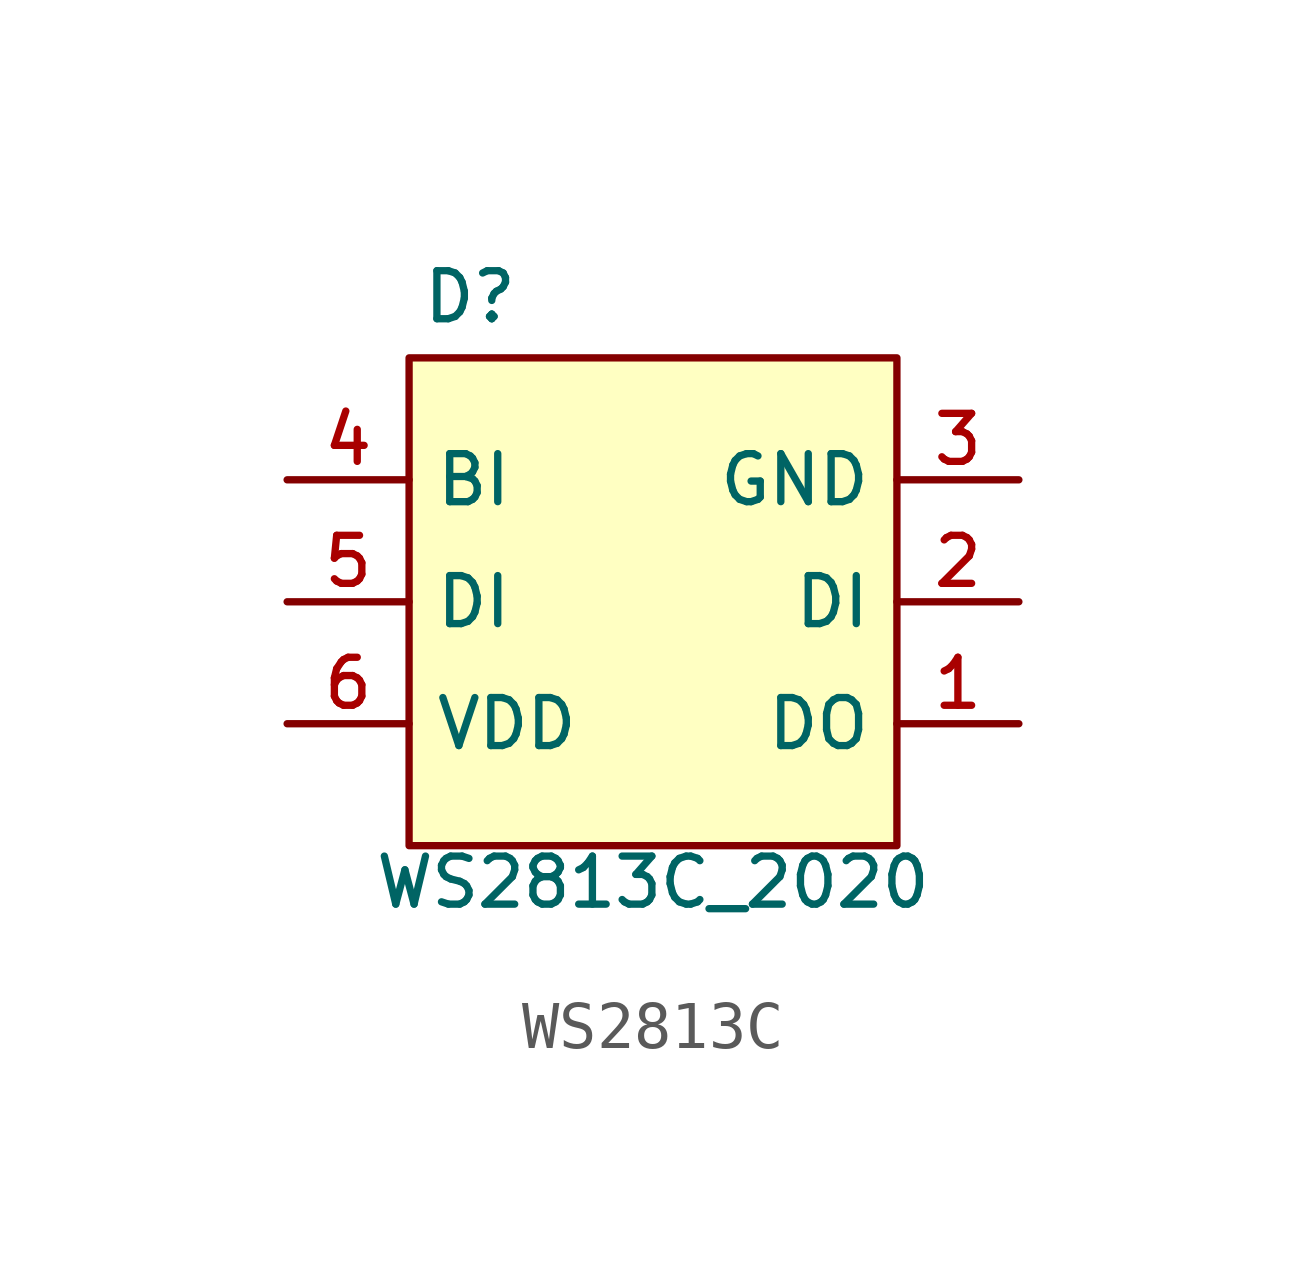
<source format=kicad_sym>
(kicad_symbol_lib
  (version 20241209)
  (generator "kicad_symbol_editor")
  (generator_version "9.0")
  (symbol "WS2813C"
    (property "Reference" "D"
      (at -3.81 6.35 0)
      (effects (font (size 1 1))))
    (property "Value" "WS2813C_2020"
      (at 0 -5.842 0)
      (effects (font (size 1 1))))
    (symbol "WS2813C_1_1"
      (rectangle (start -5.08 5.08) (end 5.08 -5.08) (stroke (width 0) (type default)) (fill (type background)))
      (pin bidirectional line (at -7.62 2.54 0) (length 2.54) (name "BI" (effects (font (size 1 1)))) (number "4" (effects (font (size 1 1)))))
      (pin input line (at -7.62 0 0) (length 2.54) (name "DI" (effects (font (size 1 1)))) (number "5" (effects (font (size 1 1)))))
      (pin power_in line (at -7.62 -2.54 0) (length 2.54) (name "VDD" (effects (font (size 1 1)))) (number "6" (effects (font (size 1 1)))))
      (pin power_in line (at 7.62 2.54 180) (length 2.54) (name "GND" (effects (font (size 1 1)))) (number "3" (effects (font (size 1 1)))))
      (pin input line (at 7.62 0 180) (length 2.54) (name "DI" (effects (font (size 1 1)))) (number "2" (effects (font (size 1 1)))))
      (pin output line (at 7.62 -2.54 180) (length 2.54) (name "DO" (effects (font (size 1 1)))) (number "1" (effects (font (size 1 1))))))))
</source>
